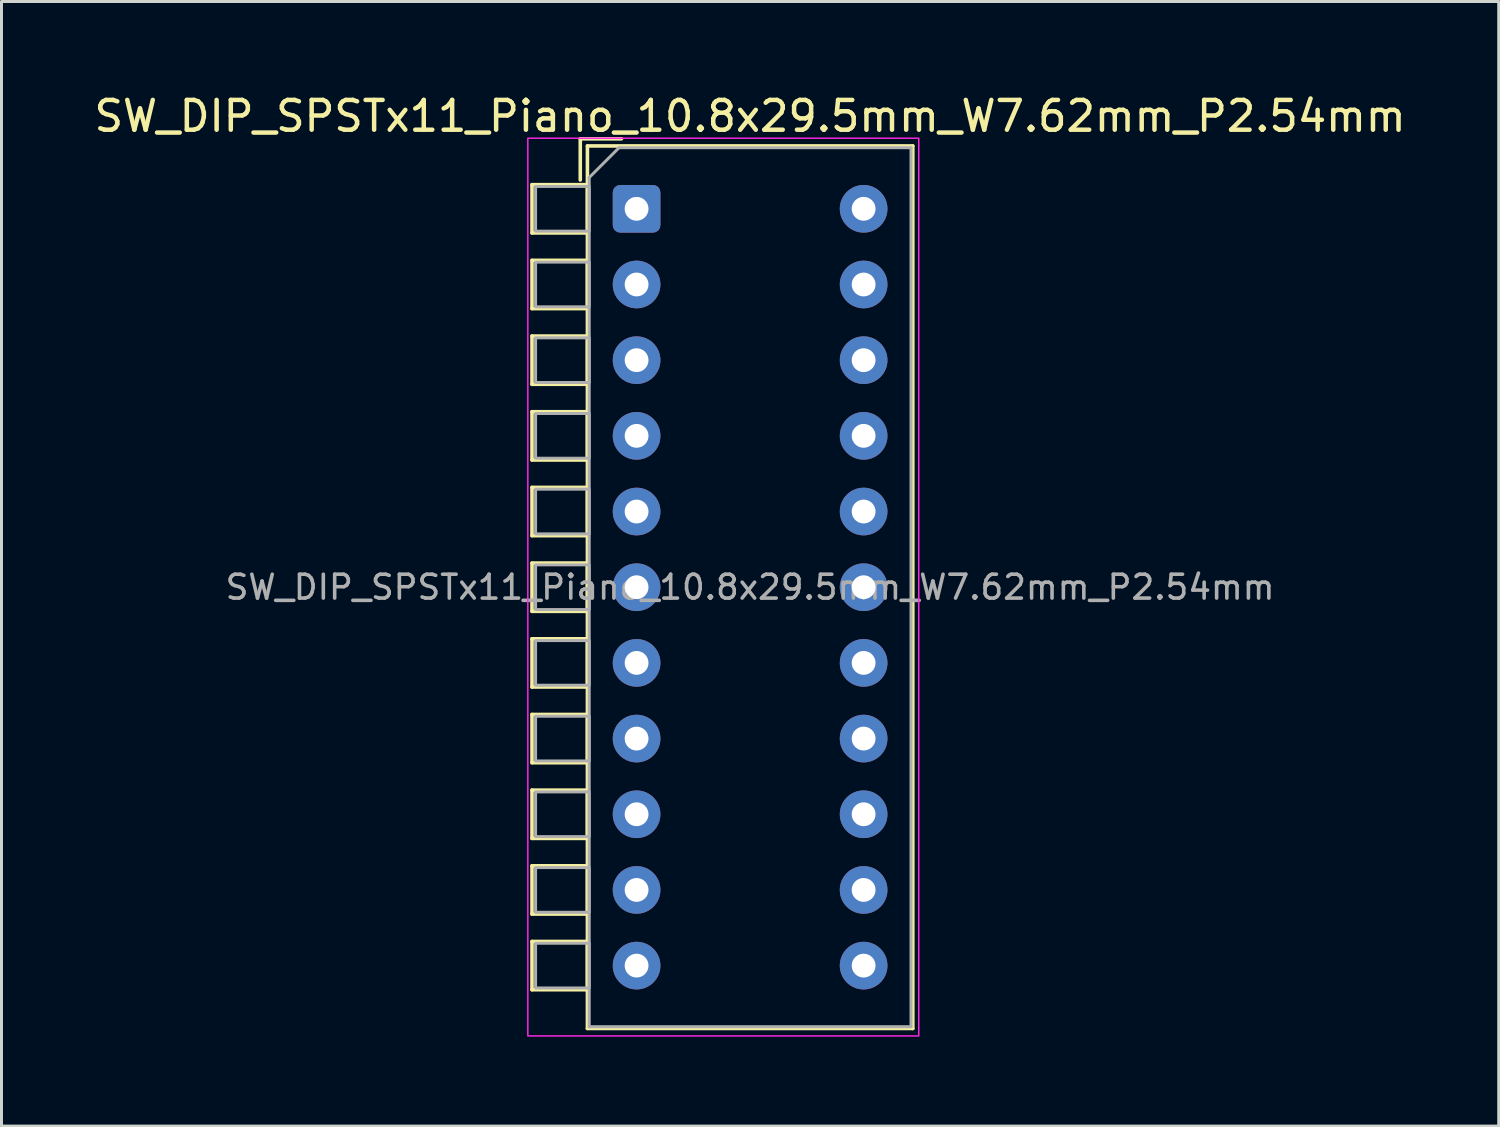
<source format=kicad_pcb>
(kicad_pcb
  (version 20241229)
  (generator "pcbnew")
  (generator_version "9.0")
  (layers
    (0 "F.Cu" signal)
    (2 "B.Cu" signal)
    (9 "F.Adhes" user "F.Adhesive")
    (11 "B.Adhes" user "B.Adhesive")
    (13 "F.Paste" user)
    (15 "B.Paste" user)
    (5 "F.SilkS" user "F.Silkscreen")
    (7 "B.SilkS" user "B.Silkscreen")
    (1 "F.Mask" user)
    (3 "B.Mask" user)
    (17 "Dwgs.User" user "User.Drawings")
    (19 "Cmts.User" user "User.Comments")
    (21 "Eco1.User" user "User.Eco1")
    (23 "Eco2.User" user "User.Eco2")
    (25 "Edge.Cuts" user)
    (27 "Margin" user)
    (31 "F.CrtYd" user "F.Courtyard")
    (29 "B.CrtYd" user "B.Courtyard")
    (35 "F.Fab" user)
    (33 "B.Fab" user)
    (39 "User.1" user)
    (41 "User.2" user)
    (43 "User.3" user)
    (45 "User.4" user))
  (footprint "SW_DIP_SPSTx11_Piano_10.8x29.5mm_W7.62mm_P2.54mm"
    (layer "F.Cu")
    (at 18.315 3.958)
    (property "Reference" "SW_DIP_SPSTx11_Piano_10.8x29.5mm_W7.62mm_P2.54mm" (at 3.81 -3.11 0) (layer "F.SilkS") (effects (font (size 1 1) (thickness 0.15))))
    (attr through_hole)
    (fp_line (start -3.51 -0.81) (end -1.65 -0.81) (stroke (width 0.12) (type solid)) (layer "F.SilkS"))
    (fp_line (start -3.51 0.81) (end -3.51 -0.81) (stroke (width 0.12) (type solid)) (layer "F.SilkS"))
    (fp_line (start -3.51 1.73) (end -1.65 1.73) (stroke (width 0.12) (type solid)) (layer "F.SilkS"))
    (fp_line (start -3.51 3.35) (end -3.51 1.73) (stroke (width 0.12) (type solid)) (layer "F.SilkS"))
    (fp_line (start -3.51 4.27) (end -1.65 4.27) (stroke (width 0.12) (type solid)) (layer "F.SilkS"))
    (fp_line (start -3.51 5.89) (end -3.51 4.27) (stroke (width 0.12) (type solid)) (layer "F.SilkS"))
    (fp_line (start -3.51 6.81) (end -1.65 6.81) (stroke (width 0.12) (type solid)) (layer "F.SilkS"))
    (fp_line (start -3.51 8.43) (end -3.51 6.81) (stroke (width 0.12) (type solid)) (layer "F.SilkS"))
    (fp_line (start -3.51 9.35) (end -1.65 9.35) (stroke (width 0.12) (type solid)) (layer "F.SilkS"))
    (fp_line (start -3.51 10.97) (end -3.51 9.35) (stroke (width 0.12) (type solid)) (layer "F.SilkS"))
    (fp_line (start -3.51 11.89) (end -1.65 11.89) (stroke (width 0.12) (type solid)) (layer "F.SilkS"))
    (fp_line (start -3.51 13.51) (end -3.51 11.89) (stroke (width 0.12) (type solid)) (layer "F.SilkS"))
    (fp_line (start -3.51 14.43) (end -1.65 14.43) (stroke (width 0.12) (type solid)) (layer "F.SilkS"))
    (fp_line (start -3.51 16.05) (end -3.51 14.43) (stroke (width 0.12) (type solid)) (layer "F.SilkS"))
    (fp_line (start -3.51 16.97) (end -1.65 16.97) (stroke (width 0.12) (type solid)) (layer "F.SilkS"))
    (fp_line (start -3.51 18.59) (end -3.51 16.97) (stroke (width 0.12) (type solid)) (layer "F.SilkS"))
    (fp_line (start -3.51 19.51) (end -1.65 19.51) (stroke (width 0.12) (type solid)) (layer "F.SilkS"))
    (fp_line (start -3.51 21.13) (end -3.51 19.51) (stroke (width 0.12) (type solid)) (layer "F.SilkS"))
    (fp_line (start -3.51 22.05) (end -1.65 22.05) (stroke (width 0.12) (type solid)) (layer "F.SilkS"))
    (fp_line (start -3.51 23.67) (end -3.51 22.05) (stroke (width 0.12) (type solid)) (layer "F.SilkS"))
    (fp_line (start -3.51 24.59) (end -1.65 24.59) (stroke (width 0.12) (type solid)) (layer "F.SilkS"))
    (fp_line (start -3.51 26.21) (end -3.51 24.59) (stroke (width 0.12) (type solid)) (layer "F.SilkS"))
    (fp_line (start -1.89 -2.35) (end -1.89 -0.967) (stroke (width 0.12) (type solid)) (layer "F.SilkS"))
    (fp_line (start -1.89 -2.35) (end -0.507 -2.35) (stroke (width 0.12) (type solid)) (layer "F.SilkS"))
    (fp_line (start -1.65 -2.11) (end -1.65 27.51) (stroke (width 0.12) (type solid)) (layer "F.SilkS"))
    (fp_line (start -1.65 -2.11) (end 9.27 -2.11) (stroke (width 0.12) (type solid)) (layer "F.SilkS"))
    (fp_line (start -1.65 -0.81) (end -1.65 0.81) (stroke (width 0.12) (type solid)) (layer "F.SilkS"))
    (fp_line (start -1.65 0.81) (end -3.51 0.81) (stroke (width 0.12) (type solid)) (layer "F.SilkS"))
    (fp_line (start -1.65 1.73) (end -1.65 3.35) (stroke (width 0.12) (type solid)) (layer "F.SilkS"))
    (fp_line (start -1.65 3.35) (end -3.51 3.35) (stroke (width 0.12) (type solid)) (layer "F.SilkS"))
    (fp_line (start -1.65 4.27) (end -1.65 5.89) (stroke (width 0.12) (type solid)) (layer "F.SilkS"))
    (fp_line (start -1.65 5.89) (end -3.51 5.89) (stroke (width 0.12) (type solid)) (layer "F.SilkS"))
    (fp_line (start -1.65 6.81) (end -1.65 8.43) (stroke (width 0.12) (type solid)) (layer "F.SilkS"))
    (fp_line (start -1.65 8.43) (end -3.51 8.43) (stroke (width 0.12) (type solid)) (layer "F.SilkS"))
    (fp_line (start -1.65 9.35) (end -1.65 10.97) (stroke (width 0.12) (type solid)) (layer "F.SilkS"))
    (fp_line (start -1.65 10.97) (end -3.51 10.97) (stroke (width 0.12) (type solid)) (layer "F.SilkS"))
    (fp_line (start -1.65 11.89) (end -1.65 13.51) (stroke (width 0.12) (type solid)) (layer "F.SilkS"))
    (fp_line (start -1.65 13.51) (end -3.51 13.51) (stroke (width 0.12) (type solid)) (layer "F.SilkS"))
    (fp_line (start -1.65 14.43) (end -1.65 16.05) (stroke (width 0.12) (type solid)) (layer "F.SilkS"))
    (fp_line (start -1.65 16.05) (end -3.51 16.05) (stroke (width 0.12) (type solid)) (layer "F.SilkS"))
    (fp_line (start -1.65 16.97) (end -1.65 18.59) (stroke (width 0.12) (type solid)) (layer "F.SilkS"))
    (fp_line (start -1.65 18.59) (end -3.51 18.59) (stroke (width 0.12) (type solid)) (layer "F.SilkS"))
    (fp_line (start -1.65 19.51) (end -1.65 21.13) (stroke (width 0.12) (type solid)) (layer "F.SilkS"))
    (fp_line (start -1.65 21.13) (end -3.51 21.13) (stroke (width 0.12) (type solid)) (layer "F.SilkS"))
    (fp_line (start -1.65 22.05) (end -1.65 23.67) (stroke (width 0.12) (type solid)) (layer "F.SilkS"))
    (fp_line (start -1.65 23.67) (end -3.51 23.67) (stroke (width 0.12) (type solid)) (layer "F.SilkS"))
    (fp_line (start -1.65 24.59) (end -1.65 26.21) (stroke (width 0.12) (type solid)) (layer "F.SilkS"))
    (fp_line (start -1.65 26.21) (end -3.51 26.21) (stroke (width 0.12) (type solid)) (layer "F.SilkS"))
    (fp_line (start -1.65 27.51) (end 9.27 27.51) (stroke (width 0.12) (type solid)) (layer "F.SilkS"))
    (fp_line (start 9.27 -2.11) (end 9.27 27.51) (stroke (width 0.12) (type solid)) (layer "F.SilkS"))
    (fp_rect (start -3.65 -2.37) (end 9.47 27.76) (stroke (width 0.05) (type solid)) (fill no) (layer "F.CrtYd"))
    (fp_line (start -1.59 -1.05) (end -0.59 -2.05) (stroke (width 0.1) (type solid)) (layer "F.Fab"))
    (fp_line (start -1.59 27.45) (end -1.59 -1.05) (stroke (width 0.1) (type solid)) (layer "F.Fab"))
    (fp_line (start -0.59 -2.05) (end 9.21 -2.05) (stroke (width 0.1) (type solid)) (layer "F.Fab"))
    (fp_line (start 9.21 -2.05) (end 9.21 27.45) (stroke (width 0.1) (type solid)) (layer "F.Fab"))
    (fp_line (start 9.21 27.45) (end -1.59 27.45) (stroke (width 0.1) (type solid)) (layer "F.Fab"))
    (fp_rect (start -3.39 -0.75) (end -1.59 0.75) (stroke (width 0.1) (type solid)) (fill no) (layer "F.Fab"))
    (fp_rect (start -3.39 1.79) (end -1.59 3.29) (stroke (width 0.1) (type solid)) (fill no) (layer "F.Fab"))
    (fp_rect (start -3.39 4.33) (end -1.59 5.83) (stroke (width 0.1) (type solid)) (fill no) (layer "F.Fab"))
    (fp_rect (start -3.39 6.87) (end -1.59 8.37) (stroke (width 0.1) (type solid)) (fill no) (layer "F.Fab"))
    (fp_rect (start -3.39 9.41) (end -1.59 10.91) (stroke (width 0.1) (type solid)) (fill no) (layer "F.Fab"))
    (fp_rect (start -3.39 11.95) (end -1.59 13.45) (stroke (width 0.1) (type solid)) (fill no) (layer "F.Fab"))
    (fp_rect (start -3.39 14.49) (end -1.59 15.99) (stroke (width 0.1) (type solid)) (fill no) (layer "F.Fab"))
    (fp_rect (start -3.39 17.03) (end -1.59 18.53) (stroke (width 0.1) (type solid)) (fill no) (layer "F.Fab"))
    (fp_rect (start -3.39 19.57) (end -1.59 21.07) (stroke (width 0.1) (type solid)) (fill no) (layer "F.Fab"))
    (fp_rect (start -3.39 22.11) (end -1.59 23.61) (stroke (width 0.1) (type solid)) (fill no) (layer "F.Fab"))
    (fp_rect (start -3.39 24.65) (end -1.59 26.15) (stroke (width 0.1) (type solid)) (fill no) (layer "F.Fab"))
    (fp_text user "${REFERENCE}" (at 3.81 12.7 0) (layer "F.Fab") (effects (font (size 0.8 0.8) (thickness 0.12))))
    (pad "1" thru_hole roundrect (at 0 0) (size 1.6 1.6) (drill 0.8) (layers "*.Cu" "*.Mask") (roundrect_rratio 0.156))
    (pad "2" thru_hole circle (at 0 2.54) (size 1.6 1.6) (drill 0.8) (layers "*.Cu" "*.Mask"))
    (pad "3" thru_hole circle (at 0 5.08) (size 1.6 1.6) (drill 0.8) (layers "*.Cu" "*.Mask"))
    (pad "4" thru_hole circle (at 0 7.62) (size 1.6 1.6) (drill 0.8) (layers "*.Cu" "*.Mask"))
    (pad "5" thru_hole circle (at 0 10.16) (size 1.6 1.6) (drill 0.8) (layers "*.Cu" "*.Mask"))
    (pad "6" thru_hole circle (at 0 12.7) (size 1.6 1.6) (drill 0.8) (layers "*.Cu" "*.Mask"))
    (pad "7" thru_hole circle (at 0 15.24) (size 1.6 1.6) (drill 0.8) (layers "*.Cu" "*.Mask"))
    (pad "8" thru_hole circle (at 0 17.78) (size 1.6 1.6) (drill 0.8) (layers "*.Cu" "*.Mask"))
    (pad "9" thru_hole circle (at 0 20.32) (size 1.6 1.6) (drill 0.8) (layers "*.Cu" "*.Mask"))
    (pad "10" thru_hole circle (at 0 22.86) (size 1.6 1.6) (drill 0.8) (layers "*.Cu" "*.Mask"))
    (pad "11" thru_hole circle (at 0 25.4) (size 1.6 1.6) (drill 0.8) (layers "*.Cu" "*.Mask"))
    (pad "12" thru_hole circle (at 7.62 25.4) (size 1.6 1.6) (drill 0.8) (layers "*.Cu" "*.Mask"))
    (pad "13" thru_hole circle (at 7.62 22.86) (size 1.6 1.6) (drill 0.8) (layers "*.Cu" "*.Mask"))
    (pad "14" thru_hole circle (at 7.62 20.32) (size 1.6 1.6) (drill 0.8) (layers "*.Cu" "*.Mask"))
    (pad "15" thru_hole circle (at 7.62 17.78) (size 1.6 1.6) (drill 0.8) (layers "*.Cu" "*.Mask"))
    (pad "16" thru_hole circle (at 7.62 15.24) (size 1.6 1.6) (drill 0.8) (layers "*.Cu" "*.Mask"))
    (pad "17" thru_hole circle (at 7.62 12.7) (size 1.6 1.6) (drill 0.8) (layers "*.Cu" "*.Mask"))
    (pad "18" thru_hole circle (at 7.62 10.16) (size 1.6 1.6) (drill 0.8) (layers "*.Cu" "*.Mask"))
    (pad "19" thru_hole circle (at 7.62 7.62) (size 1.6 1.6) (drill 0.8) (layers "*.Cu" "*.Mask"))
    (pad "20" thru_hole circle (at 7.62 5.08) (size 1.6 1.6) (drill 0.8) (layers "*.Cu" "*.Mask"))
    (pad "21" thru_hole circle (at 7.62 2.54) (size 1.6 1.6) (drill 0.8) (layers "*.Cu" "*.Mask"))
    (pad "22" thru_hole circle (at 7.62 0) (size 1.6 1.6) (drill 0.8) (layers "*.Cu" "*.Mask")))
  (gr_rect
    (start -3 -3)
    (end 47.25 34.743)
    (stroke (width 0.1) (type default))
    (fill no)
    (layer "Edge.Cuts")))
</source>
